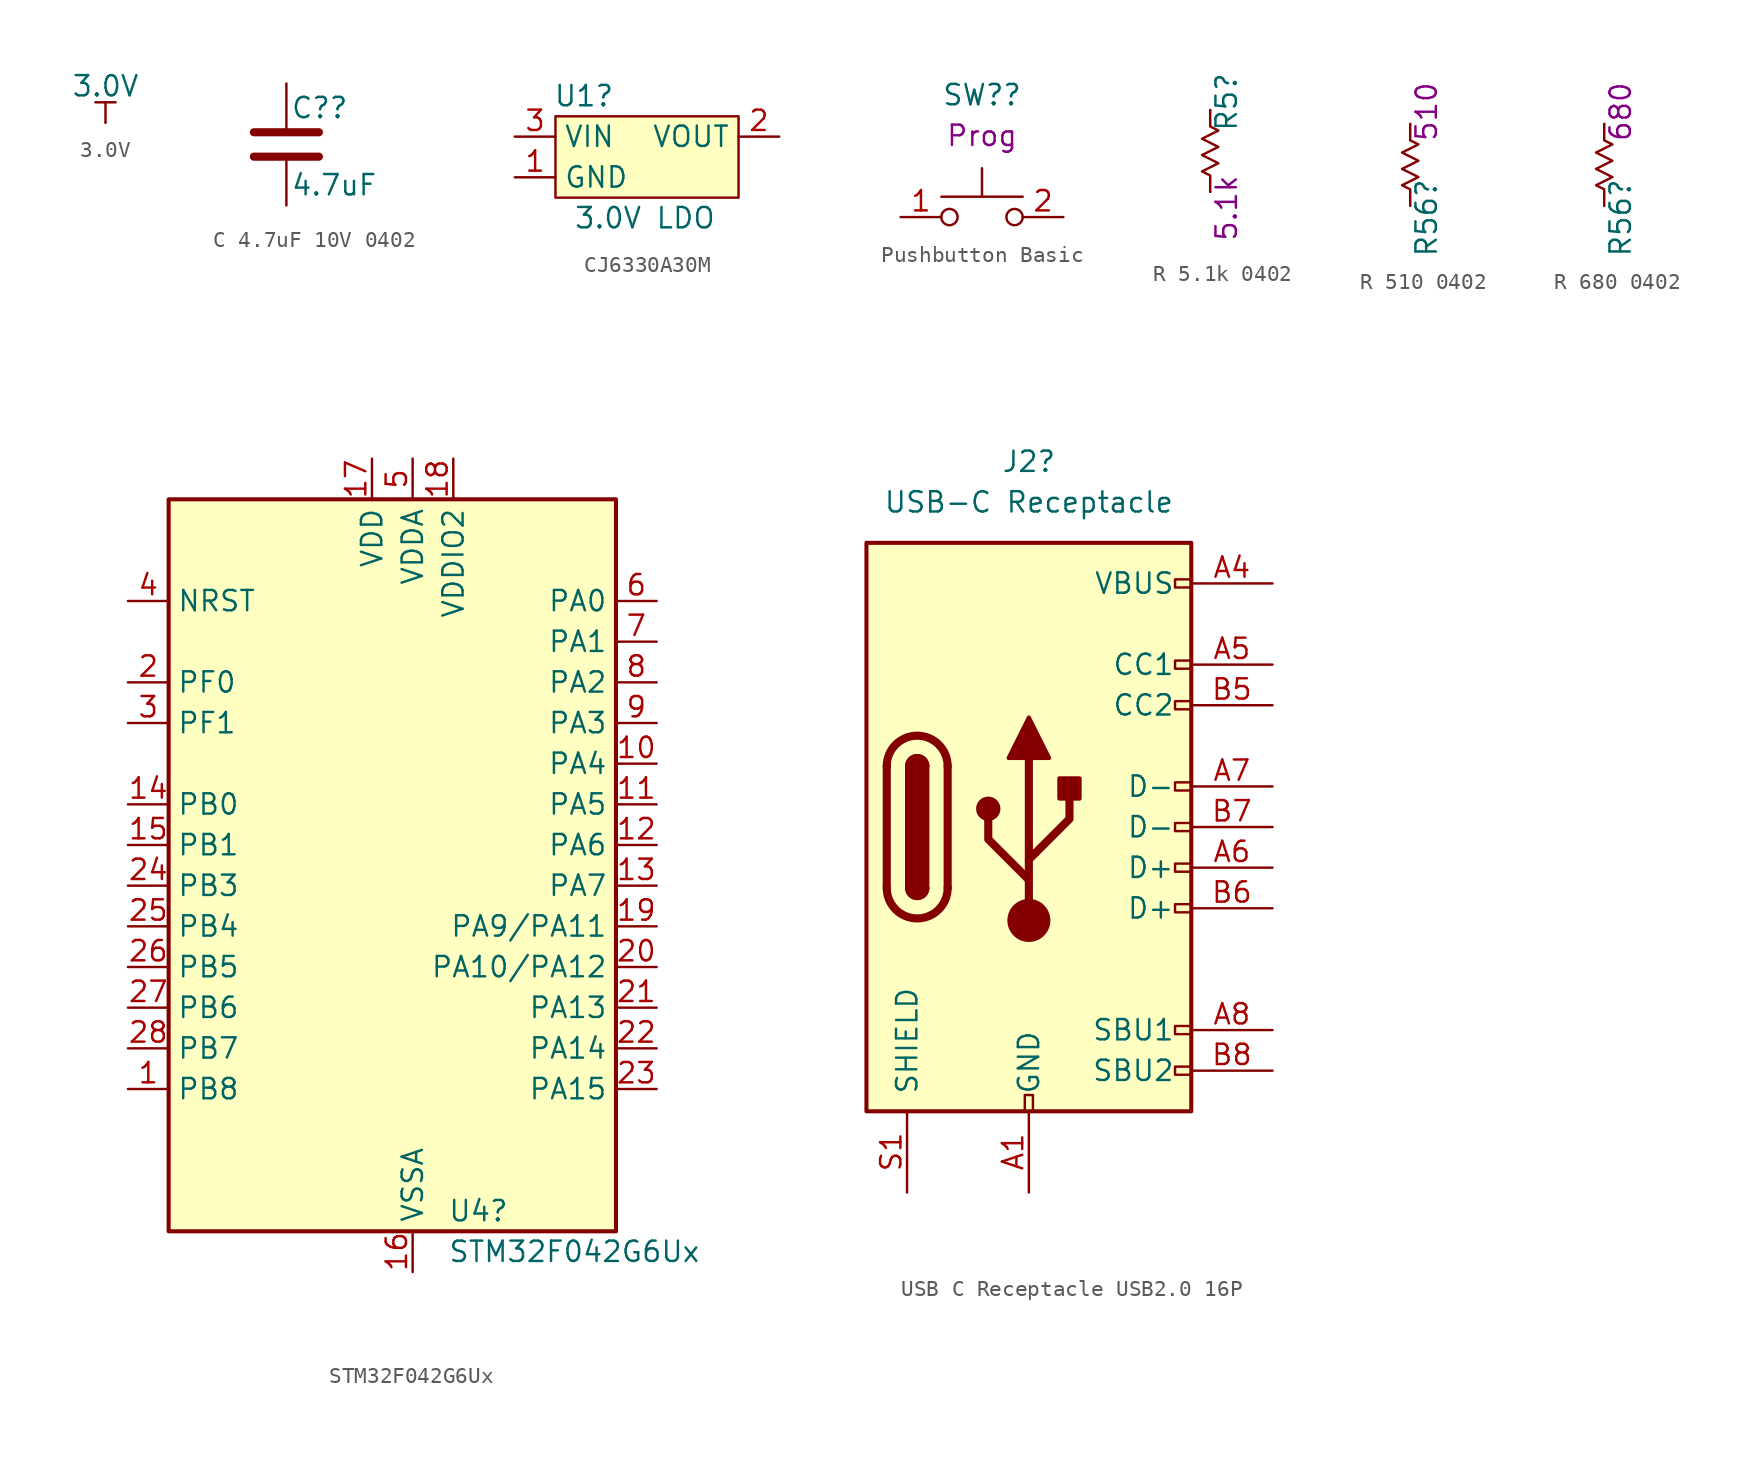
<source format=kicad_sym>
(kicad_symbol_lib
  (version 20241209)
  (generator "kicad_symbol_editor")
  (generator_version "9.0")
  (symbol "3.0V"
    (power)
    (pin_numbers
      (hide yes))
    (pin_names
      (offset 0)
      (hide yes))
    (property "Reference" "#PWR014"
      (at 0 -3.81 0)
      (effects (font (size 1.27 1.27)) (hide yes)))
    (property "Value" "3.0V"
      (at 0 2.286 0)
      (effects (font (size 1.27 1.27))))
    (symbol "3.0V_0_1"
      (polyline (pts (xy -0.635 1.27) (xy 0.635 1.27)) (stroke (width 0) (type default)) (fill (type none)))
      (polyline (pts (xy 0 0) (xy 0 1.27)) (stroke (width 0) (type default)) (fill (type none))))
    (symbol "3.0V_1_1"
      (pin power_in line (at 0 0 90) (length 0) (name "~" (effects (font (size 1.27 1.27)))) (number "1" (effects (font (size 1.27 1.27)))))))
  (symbol "C 4.7uF 10V 0402"
    (pin_numbers
      (hide yes))
    (pin_names
      (offset 0.254))
    (property "Reference" "C?"
      (at 0.254 2.286 0)
      (effects (font (size 1.27 1.27)) (justify left)))
    (property "Value" "4.7uF"
      (at 0.254 -2.54 0)
      (effects (font (size 1.27 1.27)) (justify left)))
    (symbol "C 4.7uF 10V 0402_0_1"
      (polyline (pts (xy -2.032 0.762) (xy 2.032 0.762)) (stroke (width 0.508) (type default)) (fill (type none)))
      (polyline (pts (xy -2.032 -0.762) (xy 2.032 -0.762)) (stroke (width 0.508) (type default)) (fill (type none))))
    (symbol "C 4.7uF 10V 0402_1_1"
      (pin passive line (at 0 3.81 270) (length 2.794) (name "~" (effects (font (size 1.27 1.27)))) (number "1" (effects (font (size 1.27 1.27)))))
      (pin passive line (at 0 -3.81 90) (length 2.794) (name "~" (effects (font (size 1.27 1.27)))) (number "2" (effects (font (size 1.27 1.27)))))))
  (symbol "CJ6330A30M"
    (property "Reference" "U1"
      (at -4.572 3.81 0)
      (effects (font (size 1.27 1.27))))
    (property "Value" "3.0V LDO"
      (at -0.762 -3.81 0)
      (effects (font (size 1.27 1.27))))
    (symbol "CJ6330A30M_1_1"
      (rectangle (start -6.35 2.54) (end 5.08 -2.54) (stroke (width 0) (type default)) (fill (type background)))
      (pin power_in line (at -8.89 1.27 0) (length 2.54) (name "VIN" (effects (font (size 1.27 1.27)))) (number "3" (effects (font (size 1.27 1.27)))))
      (pin power_in line (at -8.89 -1.27 0) (length 2.54) (name "GND" (effects (font (size 1.27 1.27)))) (number "1" (effects (font (size 1.27 1.27)))))
      (pin power_out line (at 7.62 1.27 180) (length 2.54) (name "VOUT" (effects (font (size 1.27 1.27)))) (number "2" (effects (font (size 1.27 1.27)))))))
  (symbol "Pushbutton Basic"
    (pin_names
      (hide yes))
    (property "Reference" "SW?"
      (at 0 7.62 0)
      (effects (font (size 1.27 1.27))))
    (property "KEY" "Prog"
      (at 0 5.08 0)
      (effects (font (size 1.27 1.27))))
    (symbol "Pushbutton Basic_0_1"
      (circle (center -2.032 0) (radius 0.508) (stroke (width 0) (type default)) (fill (type none)))
      (polyline (pts (xy 0 1.27) (xy 0 3.048)) (stroke (width 0) (type default)) (fill (type none)))
      (circle (center 2.032 0) (radius 0.508) (stroke (width 0) (type default)) (fill (type none)))
      (polyline (pts (xy 2.54 1.27) (xy -2.54 1.27)) (stroke (width 0) (type default)) (fill (type none)))
      (pin passive line (at -5.08 0 0) (length 2.54) (name "1" (effects (font (size 1.27 1.27)))) (number "1" (effects (font (size 1.27 1.27)))))
      (pin passive line (at 5.08 0 180) (length 2.54) (name "2" (effects (font (size 1.27 1.27)))) (number "2" (effects (font (size 1.27 1.27)))))))
  (symbol "R 5.1k 0402"
    (pin_numbers
      (hide yes))
    (pin_names
      (offset 0))
    (property "Reference" "R5"
      (at 1.016 3.048 90)
      (effects (font (size 1.27 1.27))))
    (property "Val" "5.1k"
      (at 1.016 -3.556 90)
      (effects (font (size 1.27 1.27))))
    (symbol "R 5.1k 0402_1_0"
      (polyline (pts (xy 0 2.54) (xy 0 1.524) (xy 0.508 1.27) (xy -0.508 0.762) (xy 0.508 0.254) (xy -0.508 -0.254) (xy 0.508 -0.762) (xy -0.508 -1.27) (xy 0 -1.524) (xy 0 -2.54)) (stroke (width 0) (type default)) (fill (type none)))
      (pin passive line (at 0 2.54 270) (length 0) (name "2" (effects (font (size 0 0)))) (number "2" (effects (font (size 0 0)))))
      (pin passive line (at 0 -2.54 90) (length 0) (name "1" (effects (font (size 0 0)))) (number "1" (effects (font (size 0 0)))))))
  (symbol "R 510 0402"
    (pin_numbers
      (hide yes))
    (pin_names
      (offset 0))
    (property "Reference" "R56"
      (at 1.016 -3.302 90)
      (effects (font (size 1.27 1.27))))
    (property "Val" "510"
      (at 1.016 3.302 90)
      (effects (font (size 1.27 1.27))))
    (symbol "R 510 0402_1_0"
      (polyline (pts (xy 0 2.54) (xy 0 1.524) (xy 0.508 1.27) (xy -0.508 0.762) (xy 0.508 0.254) (xy -0.508 -0.254) (xy 0.508 -0.762) (xy -0.508 -1.27) (xy 0 -1.524) (xy 0 -2.54)) (stroke (width 0) (type default)) (fill (type none)))
      (pin passive line (at 0 2.54 270) (length 0) (name "2" (effects (font (size 0 0)))) (number "2" (effects (font (size 0 0)))))
      (pin passive line (at 0 -2.54 90) (length 0) (name "1" (effects (font (size 0 0)))) (number "1" (effects (font (size 0 0)))))))
  (symbol "R 680 0402"
    (pin_numbers
      (hide yes))
    (pin_names
      (offset 0))
    (property "Reference" "R56"
      (at 1.016 -3.302 90)
      (effects (font (size 1.27 1.27))))
    (property "Val" "680"
      (at 1.016 3.302 90)
      (effects (font (size 1.27 1.27))))
    (symbol "R 680 0402_1_0"
      (polyline (pts (xy 0 2.54) (xy 0 1.524) (xy 0.508 1.27) (xy -0.508 0.762) (xy 0.508 0.254) (xy -0.508 -0.254) (xy 0.508 -0.762) (xy -0.508 -1.27) (xy 0 -1.524) (xy 0 -2.54)) (stroke (width 0) (type default)) (fill (type none)))
      (pin passive line (at 0 2.54 270) (length 0) (name "2" (effects (font (size 0 0)))) (number "2" (effects (font (size 0 0)))))
      (pin passive line (at 0 -2.54 90) (length 0) (name "1" (effects (font (size 0 0)))) (number "1" (effects (font (size 0 0)))))))
  (symbol "STM32F042G6Ux"
    (property "Reference" "U4"
      (at 4.734 -20.32 0)
      (effects (font (size 1.27 1.27)) (justify left)))
    (property "Value" "STM32F042G6Ux"
      (at 4.734 -22.86 0)
      (effects (font (size 1.27 1.27)) (justify left)))
    (property "ki_locked" ""
      (at 0 0 0)
      (effects (font (size 1.27 1.27))))
    (symbol "STM32F042G6Ux_0_1"
      (rectangle (start -12.7 24.13) (end 15.24 -21.59) (stroke (width 0.254) (type default)) (fill (type background))))
    (symbol "STM32F042G6Ux_1_1"
      (pin input line (at -15.24 17.78 0) (length 2.54) (name "NRST" (effects (font (size 1.27 1.27)))) (number "4" (effects (font (size 1.27 1.27)))))
      (pin bidirectional line (at -15.24 12.7 0) (length 2.54) (name "PF0" (effects (font (size 1.27 1.27)))) (number "2" (effects (font (size 1.27 1.27)))) (alternate "CRS_SYNC" bidirectional line) (alternate "I2C1_SDA" bidirectional line) (alternate "RCC_OSC_IN" bidirectional line))
      (pin bidirectional line (at -15.24 10.16 0) (length 2.54) (name "PF1" (effects (font (size 1.27 1.27)))) (number "3" (effects (font (size 1.27 1.27)))) (alternate "I2C1_SCL" bidirectional line) (alternate "RCC_OSC_OUT" bidirectional line))
      (pin bidirectional line (at -15.24 5.08 0) (length 2.54) (name "PB0" (effects (font (size 1.27 1.27)))) (number "14" (effects (font (size 1.27 1.27)))) (alternate "ADC_IN8" bidirectional line) (alternate "TIM1_CH2N" bidirectional line) (alternate "TIM3_CH3" bidirectional line) (alternate "TSC_G3_IO2" bidirectional line))
      (pin bidirectional line (at -15.24 2.54 0) (length 2.54) (name "PB1" (effects (font (size 1.27 1.27)))) (number "15" (effects (font (size 1.27 1.27)))) (alternate "ADC_IN9" bidirectional line) (alternate "TIM14_CH1" bidirectional line) (alternate "TIM1_CH3N" bidirectional line) (alternate "TIM3_CH4" bidirectional line) (alternate "TSC_G3_IO3" bidirectional line))
      (pin bidirectional line (at -15.24 0 0) (length 2.54) (name "PB3" (effects (font (size 1.27 1.27)))) (number "24" (effects (font (size 1.27 1.27)))) (alternate "I2S1_CK" bidirectional line) (alternate "SPI1_SCK" bidirectional line) (alternate "TIM2_CH2" bidirectional line) (alternate "TSC_G5_IO1" bidirectional line))
      (pin bidirectional line (at -15.24 -2.54 0) (length 2.54) (name "PB4" (effects (font (size 1.27 1.27)))) (number "25" (effects (font (size 1.27 1.27)))) (alternate "I2S1_MCK" bidirectional line) (alternate "SPI1_MISO" bidirectional line) (alternate "TIM17_BKIN" bidirectional line) (alternate "TIM3_CH1" bidirectional line) (alternate "TSC_G5_IO2" bidirectional line))
      (pin bidirectional line (at -15.24 -5.08 0) (length 2.54) (name "PB5" (effects (font (size 1.27 1.27)))) (number "26" (effects (font (size 1.27 1.27)))) (alternate "I2C1_SMBA" bidirectional line) (alternate "I2S1_SD" bidirectional line) (alternate "SPI1_MOSI" bidirectional line) (alternate "SYS_WKUP6" bidirectional line) (alternate "TIM16_BKIN" bidirectional line) (alternate "TIM3_CH2" bidirectional line))
      (pin bidirectional line (at -15.24 -7.62 0) (length 2.54) (name "PB6" (effects (font (size 1.27 1.27)))) (number "27" (effects (font (size 1.27 1.27)))) (alternate "I2C1_SCL" bidirectional line) (alternate "TIM16_CH1N" bidirectional line) (alternate "TSC_G5_IO3" bidirectional line) (alternate "USART1_TX" bidirectional line))
      (pin bidirectional line (at -15.24 -10.16 0) (length 2.54) (name "PB7" (effects (font (size 1.27 1.27)))) (number "28" (effects (font (size 1.27 1.27)))) (alternate "I2C1_SDA" bidirectional line) (alternate "TIM17_CH1N" bidirectional line) (alternate "TSC_G5_IO4" bidirectional line) (alternate "USART1_RX" bidirectional line))
      (pin bidirectional line (at -15.24 -12.7 0) (length 2.54) (name "PB8" (effects (font (size 1.27 1.27)))) (number "1" (effects (font (size 1.27 1.27)))) (alternate "CAN_RX" bidirectional line) (alternate "CEC" bidirectional line) (alternate "I2C1_SCL" bidirectional line) (alternate "TIM16_CH1" bidirectional line) (alternate "TSC_SYNC" bidirectional line))
      (pin power_in line (at 0 26.67 270) (length 2.54) (name "VDD" (effects (font (size 1.27 1.27)))) (number "17" (effects (font (size 1.27 1.27)))))
      (pin power_in line (at 2.54 26.67 270) (length 2.54) (name "VDDA" (effects (font (size 1.27 1.27)))) (number "5" (effects (font (size 1.27 1.27)))))
      (pin power_in line (at 2.54 -24.13 90) (length 2.54) (name "VSSA" (effects (font (size 1.27 1.27)))) (number "16" (effects (font (size 1.27 1.27)))))
      (pin power_in line (at 5.08 26.67 270) (length 2.54) (name "VDDIO2" (effects (font (size 1.27 1.27)))) (number "18" (effects (font (size 1.27 1.27)))))
      (pin bidirectional line (at 17.78 17.78 180) (length 2.54) (name "PA0" (effects (font (size 1.27 1.27)))) (number "6" (effects (font (size 1.27 1.27)))) (alternate "ADC_IN0" bidirectional line) (alternate "RTC_TAMP2" bidirectional line) (alternate "SYS_WKUP1" bidirectional line) (alternate "TIM2_CH1" bidirectional line) (alternate "TIM2_ETR" bidirectional line) (alternate "TSC_G1_IO1" bidirectional line) (alternate "USART2_CTS" bidirectional line))
      (pin bidirectional line (at 17.78 15.24 180) (length 2.54) (name "PA1" (effects (font (size 1.27 1.27)))) (number "7" (effects (font (size 1.27 1.27)))) (alternate "ADC_IN1" bidirectional line) (alternate "TIM2_CH2" bidirectional line) (alternate "TSC_G1_IO2" bidirectional line) (alternate "USART2_DE" bidirectional line) (alternate "USART2_RTS" bidirectional line))
      (pin bidirectional line (at 17.78 12.7 180) (length 2.54) (name "PA2" (effects (font (size 1.27 1.27)))) (number "8" (effects (font (size 1.27 1.27)))) (alternate "ADC_IN2" bidirectional line) (alternate "SYS_WKUP4" bidirectional line) (alternate "TIM2_CH3" bidirectional line) (alternate "TSC_G1_IO3" bidirectional line) (alternate "USART2_TX" bidirectional line))
      (pin bidirectional line (at 17.78 10.16 180) (length 2.54) (name "PA3" (effects (font (size 1.27 1.27)))) (number "9" (effects (font (size 1.27 1.27)))) (alternate "ADC_IN3" bidirectional line) (alternate "TIM2_CH4" bidirectional line) (alternate "TSC_G1_IO4" bidirectional line) (alternate "USART2_RX" bidirectional line))
      (pin bidirectional line (at 17.78 7.62 180) (length 2.54) (name "PA4" (effects (font (size 1.27 1.27)))) (number "10" (effects (font (size 1.27 1.27)))) (alternate "ADC_IN4" bidirectional line) (alternate "I2S1_WS" bidirectional line) (alternate "SPI1_NSS" bidirectional line) (alternate "TIM14_CH1" bidirectional line) (alternate "TSC_G2_IO1" bidirectional line) (alternate "USART2_CK" bidirectional line) (alternate "USB_NOE" bidirectional line))
      (pin bidirectional line (at 17.78 5.08 180) (length 2.54) (name "PA5" (effects (font (size 1.27 1.27)))) (number "11" (effects (font (size 1.27 1.27)))) (alternate "ADC_IN5" bidirectional line) (alternate "CEC" bidirectional line) (alternate "I2S1_CK" bidirectional line) (alternate "SPI1_SCK" bidirectional line) (alternate "TIM2_CH1" bidirectional line) (alternate "TIM2_ETR" bidirectional line) (alternate "TSC_G2_IO2" bidirectional line))
      (pin bidirectional line (at 17.78 2.54 180) (length 2.54) (name "PA6" (effects (font (size 1.27 1.27)))) (number "12" (effects (font (size 1.27 1.27)))) (alternate "ADC_IN6" bidirectional line) (alternate "I2S1_MCK" bidirectional line) (alternate "SPI1_MISO" bidirectional line) (alternate "TIM16_CH1" bidirectional line) (alternate "TIM1_BKIN" bidirectional line) (alternate "TIM3_CH1" bidirectional line) (alternate "TSC_G2_IO3" bidirectional line))
      (pin bidirectional line (at 17.78 0 180) (length 2.54) (name "PA7" (effects (font (size 1.27 1.27)))) (number "13" (effects (font (size 1.27 1.27)))) (alternate "ADC_IN7" bidirectional line) (alternate "I2S1_SD" bidirectional line) (alternate "SPI1_MOSI" bidirectional line) (alternate "TIM14_CH1" bidirectional line) (alternate "TIM17_CH1" bidirectional line) (alternate "TIM1_CH1N" bidirectional line) (alternate "TIM3_CH2" bidirectional line) (alternate "TSC_G2_IO4" bidirectional line))
      (pin bidirectional line (at 17.78 -2.54 180) (length 2.54) (name "PA9/PA11" (effects (font (size 1.27 1.27)))) (number "19" (effects (font (size 1.27 1.27)))) (alternate "I2C1_SCL" bidirectional line) (alternate "TIM1_CH2" bidirectional line) (alternate "TSC_G4_IO1" bidirectional line) (alternate "USART1_TX" bidirectional line))
      (pin bidirectional line (at 17.78 -5.08 180) (length 2.54) (name "PA10/PA12" (effects (font (size 1.27 1.27)))) (number "20" (effects (font (size 1.27 1.27)))) (alternate "I2C1_SDA" bidirectional line) (alternate "TIM17_BKIN" bidirectional line) (alternate "TIM1_CH3" bidirectional line) (alternate "TSC_G4_IO2" bidirectional line) (alternate "USART1_RX" bidirectional line))
      (pin bidirectional line (at 17.78 -7.62 180) (length 2.54) (name "PA13" (effects (font (size 1.27 1.27)))) (number "21" (effects (font (size 1.27 1.27)))) (alternate "IR_OUT" bidirectional line) (alternate "SYS_SWDIO" bidirectional line) (alternate "USB_NOE" bidirectional line))
      (pin bidirectional line (at 17.78 -10.16 180) (length 2.54) (name "PA14" (effects (font (size 1.27 1.27)))) (number "22" (effects (font (size 1.27 1.27)))) (alternate "SYS_SWCLK" bidirectional line) (alternate "USART2_TX" bidirectional line))
      (pin bidirectional line (at 17.78 -12.7 180) (length 2.54) (name "PA15" (effects (font (size 1.27 1.27)))) (number "23" (effects (font (size 1.27 1.27)))) (alternate "I2S1_WS" bidirectional line) (alternate "SPI1_NSS" bidirectional line) (alternate "TIM2_CH1" bidirectional line) (alternate "TIM2_ETR" bidirectional line) (alternate "USART2_RX" bidirectional line) (alternate "USB_NOE" bidirectional line))))
  (symbol "USB C Receptacle USB2.0 16P"
    (pin_names
      (offset 1.016))
    (property "Reference" "J2"
      (at 0 22.86 0)
      (effects (font (size 1.27 1.27))))
    (property "Value" "USB-C Receptacle"
      (at 0 20.32 0)
      (effects (font (size 1.27 1.27))))
    (symbol "USB C Receptacle USB2.0 16P_0_0"
      (rectangle (start -0.254 -17.78) (end 0.254 -16.764) (stroke (width 0) (type default)) (fill (type none)))
      (rectangle (start 10.16 15.494) (end 9.144 14.986) (stroke (width 0) (type default)) (fill (type none)))
      (rectangle (start 10.16 10.414) (end 9.144 9.906) (stroke (width 0) (type default)) (fill (type none)))
      (rectangle (start 10.16 7.874) (end 9.144 7.366) (stroke (width 0) (type default)) (fill (type none)))
      (rectangle (start 10.16 2.794) (end 9.144 2.286) (stroke (width 0) (type default)) (fill (type none)))
      (rectangle (start 10.16 0.254) (end 9.144 -0.254) (stroke (width 0) (type default)) (fill (type none)))
      (rectangle (start 10.16 -2.286) (end 9.144 -2.794) (stroke (width 0) (type default)) (fill (type none)))
      (rectangle (start 10.16 -4.826) (end 9.144 -5.334) (stroke (width 0) (type default)) (fill (type none)))
      (rectangle (start 10.16 -12.446) (end 9.144 -12.954) (stroke (width 0) (type default)) (fill (type none)))
      (rectangle (start 10.16 -14.986) (end 9.144 -15.494) (stroke (width 0) (type default)) (fill (type none))))
    (symbol "USB C Receptacle USB2.0 16P_0_1"
      (rectangle (start -10.16 17.78) (end 10.16 -17.78) (stroke (width 0.254) (type default)) (fill (type background)))
      (polyline (pts (xy -8.89 -3.81) (xy -8.89 3.81)) (stroke (width 0.508) (type default)) (fill (type none)))
      (rectangle (start -7.62 -3.81) (end -6.35 3.81) (stroke (width 0.254) (type default)) (fill (type outline)))
      (arc (start -7.62 3.81) (mid -6.985 4.4423) (end -6.35 3.81) (stroke (width 0.254) (type default)) (fill (type none)))
      (arc (start -7.62 3.81) (mid -6.985 4.4423) (end -6.35 3.81) (stroke (width 0.254) (type default)) (fill (type outline)))
      (arc (start -8.89 3.81) (mid -6.985 5.7067) (end -5.08 3.81) (stroke (width 0.508) (type default)) (fill (type none)))
      (arc (start -5.08 -3.81) (mid -6.985 -5.7067) (end -8.89 -3.81) (stroke (width 0.508) (type default)) (fill (type none)))
      (arc (start -6.35 -3.81) (mid -6.985 -4.4423) (end -7.62 -3.81) (stroke (width 0.254) (type default)) (fill (type none)))
      (arc (start -6.35 -3.81) (mid -6.985 -4.4423) (end -7.62 -3.81) (stroke (width 0.254) (type default)) (fill (type outline)))
      (polyline (pts (xy -5.08 3.81) (xy -5.08 -3.81)) (stroke (width 0.508) (type default)) (fill (type none)))
      (circle (center -2.54 1.143) (radius 0.635) (stroke (width 0.254) (type default)) (fill (type outline)))
      (polyline (pts (xy -1.27 4.318) (xy 0 6.858) (xy 1.27 4.318) (xy -1.27 4.318)) (stroke (width 0.254) (type default)) (fill (type outline)))
      (polyline (pts (xy 0 -2.032) (xy 2.54 0.508) (xy 2.54 1.778)) (stroke (width 0.508) (type default)) (fill (type none)))
      (polyline (pts (xy 0 -3.302) (xy -2.54 -0.762) (xy -2.54 0.508)) (stroke (width 0.508) (type default)) (fill (type none)))
      (polyline (pts (xy 0 -5.842) (xy 0 4.318)) (stroke (width 0.508) (type default)) (fill (type none)))
      (circle (center 0 -5.842) (radius 1.27) (stroke (width 0) (type default)) (fill (type outline)))
      (rectangle (start 1.905 1.778) (end 3.175 3.048) (stroke (width 0.254) (type default)) (fill (type outline))))
    (symbol "USB C Receptacle USB2.0 16P_1_1"
      (pin passive line (at -7.62 -22.86 90) (length 5.08) (name "SHIELD" (effects (font (size 1.27 1.27)))) (number "S1" (effects (font (size 1.27 1.27)))))
      (pin passive line (at 0 -22.86 90) (length 5.08) (name "GND" (effects (font (size 1.27 1.27)))) (number "A1" (effects (font (size 1.27 1.27)))))
      (pin passive line (at 0 -22.86 90) (length 5.08) (hide yes) (name "GND" (effects (font (size 1.27 1.27)))) (number "A12" (effects (font (size 1.27 1.27)))))
      (pin passive line (at 0 -22.86 90) (length 5.08) (hide yes) (name "GND" (effects (font (size 1.27 1.27)))) (number "B1" (effects (font (size 1.27 1.27)))))
      (pin passive line (at 0 -22.86 90) (length 5.08) (hide yes) (name "GND" (effects (font (size 1.27 1.27)))) (number "B12" (effects (font (size 1.27 1.27)))))
      (pin passive line (at 15.24 15.24 180) (length 5.08) (name "VBUS" (effects (font (size 1.27 1.27)))) (number "A4" (effects (font (size 1.27 1.27)))))
      (pin passive line (at 15.24 15.24 180) (length 5.08) (hide yes) (name "VBUS" (effects (font (size 1.27 1.27)))) (number "A9" (effects (font (size 1.27 1.27)))))
      (pin passive line (at 15.24 15.24 180) (length 5.08) (hide yes) (name "VBUS" (effects (font (size 1.27 1.27)))) (number "B4" (effects (font (size 1.27 1.27)))))
      (pin passive line (at 15.24 15.24 180) (length 5.08) (hide yes) (name "VBUS" (effects (font (size 1.27 1.27)))) (number "B9" (effects (font (size 1.27 1.27)))))
      (pin bidirectional line (at 15.24 10.16 180) (length 5.08) (name "CC1" (effects (font (size 1.27 1.27)))) (number "A5" (effects (font (size 1.27 1.27)))))
      (pin bidirectional line (at 15.24 7.62 180) (length 5.08) (name "CC2" (effects (font (size 1.27 1.27)))) (number "B5" (effects (font (size 1.27 1.27)))))
      (pin bidirectional line (at 15.24 2.54 180) (length 5.08) (name "D-" (effects (font (size 1.27 1.27)))) (number "A7" (effects (font (size 1.27 1.27)))))
      (pin bidirectional line (at 15.24 0 180) (length 5.08) (name "D-" (effects (font (size 1.27 1.27)))) (number "B7" (effects (font (size 1.27 1.27)))))
      (pin bidirectional line (at 15.24 -2.54 180) (length 5.08) (name "D+" (effects (font (size 1.27 1.27)))) (number "A6" (effects (font (size 1.27 1.27)))))
      (pin bidirectional line (at 15.24 -5.08 180) (length 5.08) (name "D+" (effects (font (size 1.27 1.27)))) (number "B6" (effects (font (size 1.27 1.27)))))
      (pin bidirectional line (at 15.24 -12.7 180) (length 5.08) (name "SBU1" (effects (font (size 1.27 1.27)))) (number "A8" (effects (font (size 1.27 1.27)))))
      (pin bidirectional line (at 15.24 -15.24 180) (length 5.08) (name "SBU2" (effects (font (size 1.27 1.27)))) (number "B8" (effects (font (size 1.27 1.27))))))))
</source>
